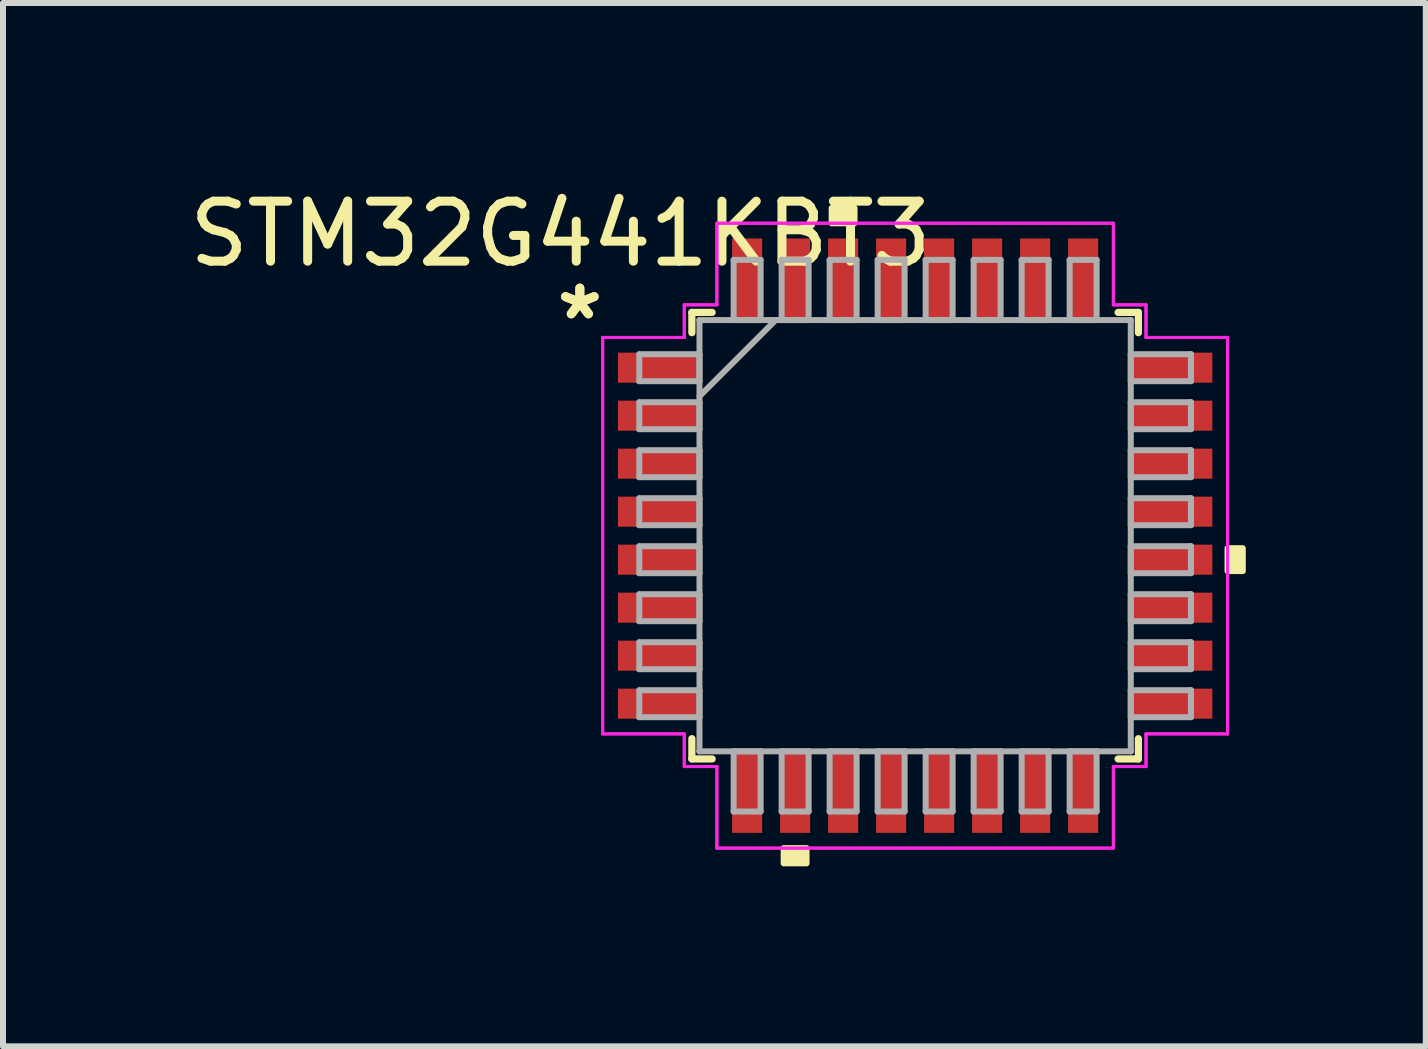
<source format=kicad_pcb>
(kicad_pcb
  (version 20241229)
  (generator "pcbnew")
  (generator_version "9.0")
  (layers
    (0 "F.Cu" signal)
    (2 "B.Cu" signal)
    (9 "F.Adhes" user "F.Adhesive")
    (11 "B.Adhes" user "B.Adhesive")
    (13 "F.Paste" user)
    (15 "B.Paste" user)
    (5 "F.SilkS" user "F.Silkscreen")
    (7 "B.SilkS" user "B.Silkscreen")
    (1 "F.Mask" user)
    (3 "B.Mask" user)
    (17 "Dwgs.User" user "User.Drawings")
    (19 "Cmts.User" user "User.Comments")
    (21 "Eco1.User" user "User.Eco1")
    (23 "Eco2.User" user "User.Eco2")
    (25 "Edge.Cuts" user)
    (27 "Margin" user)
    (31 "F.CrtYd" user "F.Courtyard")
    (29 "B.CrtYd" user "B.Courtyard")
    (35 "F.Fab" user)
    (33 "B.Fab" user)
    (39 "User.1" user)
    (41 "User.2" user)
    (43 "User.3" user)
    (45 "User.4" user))
  (footprint "STM32G441KBT3"
    (layer "F.Cu")
    (at 12.202 5.878)
    (property "Reference" "STM32G441KBT3" (at -5.91 -5.03 0) (layer "F.SilkS") (effects (font (size 1 1) (thickness 0.15))))
    (attr through_hole)
    (fp_line (start -3.721 -3.721) (end -3.721 -3.383) (stroke (width 0.12) (type solid)) (layer "F.SilkS"))
    (fp_line (start -3.721 3.383) (end -3.721 3.721) (stroke (width 0.12) (type solid)) (layer "F.SilkS"))
    (fp_line (start -3.721 3.721) (end -3.383 3.721) (stroke (width 0.12) (type solid)) (layer "F.SilkS"))
    (fp_line (start -3.383 -3.721) (end -3.721 -3.721) (stroke (width 0.12) (type solid)) (layer "F.SilkS"))
    (fp_line (start 3.383 3.721) (end 3.721 3.721) (stroke (width 0.12) (type solid)) (layer "F.SilkS"))
    (fp_line (start 3.721 -3.721) (end 3.383 -3.721) (stroke (width 0.12) (type solid)) (layer "F.SilkS"))
    (fp_line (start 3.721 -3.383) (end 3.721 -3.721) (stroke (width 0.12) (type solid)) (layer "F.SilkS"))
    (fp_line (start 3.721 3.721) (end 3.721 3.383) (stroke (width 0.12) (type solid)) (layer "F.SilkS"))
    (fp_poly (pts (xy -2.191 5.207) (xy -2.191 5.461) (xy -1.81 5.461) (xy -1.81 5.207)) (stroke (width 0.1) (type solid)) (fill yes) (layer "F.SilkS"))
    (fp_poly (pts (xy -1.391 -5.207) (xy -1.391 -5.461) (xy -1.01 -5.461) (xy -1.01 -5.207)) (stroke (width 0.1) (type solid)) (fill yes) (layer "F.SilkS"))
    (fp_poly (pts (xy 5.461 0.209) (xy 5.461 0.59) (xy 5.207 0.59) (xy 5.207 0.209)) (stroke (width 0.1) (type solid)) (fill yes) (layer "F.SilkS"))
    (fp_line (start -5.207 -3.304) (end -3.848 -3.304) (stroke (width 0.05) (type solid)) (layer "F.CrtYd"))
    (fp_line (start -5.207 -3.304) (end -3.848 -3.304) (stroke (width 0.05) (type solid)) (layer "F.CrtYd"))
    (fp_line (start -5.207 3.304) (end -5.207 -3.304) (stroke (width 0.05) (type solid)) (layer "F.CrtYd"))
    (fp_line (start -5.207 3.304) (end -5.207 -3.304) (stroke (width 0.05) (type solid)) (layer "F.CrtYd"))
    (fp_line (start -3.848 -3.848) (end -3.304 -3.848) (stroke (width 0.05) (type solid)) (layer "F.CrtYd"))
    (fp_line (start -3.848 -3.848) (end -3.304 -3.848) (stroke (width 0.05) (type solid)) (layer "F.CrtYd"))
    (fp_line (start -3.848 -3.304) (end -3.848 -3.848) (stroke (width 0.05) (type solid)) (layer "F.CrtYd"))
    (fp_line (start -3.848 -3.304) (end -3.848 -3.848) (stroke (width 0.05) (type solid)) (layer "F.CrtYd"))
    (fp_line (start -3.848 3.304) (end -5.207 3.304) (stroke (width 0.05) (type solid)) (layer "F.CrtYd"))
    (fp_line (start -3.848 3.304) (end -5.207 3.304) (stroke (width 0.05) (type solid)) (layer "F.CrtYd"))
    (fp_line (start -3.848 3.848) (end -3.848 3.304) (stroke (width 0.05) (type solid)) (layer "F.CrtYd"))
    (fp_line (start -3.848 3.848) (end -3.848 3.304) (stroke (width 0.05) (type solid)) (layer "F.CrtYd"))
    (fp_line (start -3.848 3.848) (end -3.304 3.848) (stroke (width 0.05) (type solid)) (layer "F.CrtYd"))
    (fp_line (start -3.304 -5.207) (end 3.304 -5.207) (stroke (width 0.05) (type solid)) (layer "F.CrtYd"))
    (fp_line (start -3.304 -5.207) (end 3.304 -5.207) (stroke (width 0.05) (type solid)) (layer "F.CrtYd"))
    (fp_line (start -3.304 -3.848) (end -3.304 -5.207) (stroke (width 0.05) (type solid)) (layer "F.CrtYd"))
    (fp_line (start -3.304 -3.848) (end -3.304 -5.207) (stroke (width 0.05) (type solid)) (layer "F.CrtYd"))
    (fp_line (start -3.304 3.848) (end -3.848 3.848) (stroke (width 0.05) (type solid)) (layer "F.CrtYd"))
    (fp_line (start -3.304 3.848) (end -3.304 5.207) (stroke (width 0.05) (type solid)) (layer "F.CrtYd"))
    (fp_line (start -3.304 5.207) (end -3.304 3.848) (stroke (width 0.05) (type solid)) (layer "F.CrtYd"))
    (fp_line (start -3.304 5.207) (end 3.304 5.207) (stroke (width 0.05) (type solid)) (layer "F.CrtYd"))
    (fp_line (start 3.304 -5.207) (end 3.304 -3.848) (stroke (width 0.05) (type solid)) (layer "F.CrtYd"))
    (fp_line (start 3.304 -5.207) (end 3.304 -3.848) (stroke (width 0.05) (type solid)) (layer "F.CrtYd"))
    (fp_line (start 3.304 -3.848) (end 3.848 -3.848) (stroke (width 0.05) (type solid)) (layer "F.CrtYd"))
    (fp_line (start 3.304 -3.848) (end 3.848 -3.848) (stroke (width 0.05) (type solid)) (layer "F.CrtYd"))
    (fp_line (start 3.304 3.848) (end 3.304 5.207) (stroke (width 0.05) (type solid)) (layer "F.CrtYd"))
    (fp_line (start 3.304 3.848) (end 3.848 3.848) (stroke (width 0.05) (type solid)) (layer "F.CrtYd"))
    (fp_line (start 3.304 5.207) (end -3.304 5.207) (stroke (width 0.05) (type solid)) (layer "F.CrtYd"))
    (fp_line (start 3.304 5.207) (end 3.304 3.848) (stroke (width 0.05) (type solid)) (layer "F.CrtYd"))
    (fp_line (start 3.848 -3.848) (end 3.848 -3.304) (stroke (width 0.05) (type solid)) (layer "F.CrtYd"))
    (fp_line (start 3.848 -3.304) (end 3.848 -3.848) (stroke (width 0.05) (type solid)) (layer "F.CrtYd"))
    (fp_line (start 3.848 -3.304) (end 5.207 -3.304) (stroke (width 0.05) (type solid)) (layer "F.CrtYd"))
    (fp_line (start 3.848 3.304) (end 3.848 3.848) (stroke (width 0.05) (type solid)) (layer "F.CrtYd"))
    (fp_line (start 3.848 3.304) (end 5.207 3.304) (stroke (width 0.05) (type solid)) (layer "F.CrtYd"))
    (fp_line (start 3.848 3.848) (end 3.304 3.848) (stroke (width 0.05) (type solid)) (layer "F.CrtYd"))
    (fp_line (start 3.848 3.848) (end 3.848 3.304) (stroke (width 0.05) (type solid)) (layer "F.CrtYd"))
    (fp_line (start 5.207 -3.304) (end 3.848 -3.304) (stroke (width 0.05) (type solid)) (layer "F.CrtYd"))
    (fp_line (start 5.207 -3.304) (end 5.207 3.304) (stroke (width 0.05) (type solid)) (layer "F.CrtYd"))
    (fp_line (start 5.207 3.304) (end 3.848 3.304) (stroke (width 0.05) (type solid)) (layer "F.CrtYd"))
    (fp_line (start 5.207 3.304) (end 5.207 -3.304) (stroke (width 0.05) (type solid)) (layer "F.CrtYd"))
    (fp_line (start -4.597 -3.025) (end -4.597 -2.575) (stroke (width 0.1) (type solid)) (layer "F.Fab"))
    (fp_line (start -4.597 -2.575) (end -3.594 -2.575) (stroke (width 0.1) (type solid)) (layer "F.Fab"))
    (fp_line (start -4.597 -2.225) (end -4.597 -1.775) (stroke (width 0.1) (type solid)) (layer "F.Fab"))
    (fp_line (start -4.597 -1.775) (end -3.594 -1.775) (stroke (width 0.1) (type solid)) (layer "F.Fab"))
    (fp_line (start -4.597 -1.425) (end -4.597 -0.975) (stroke (width 0.1) (type solid)) (layer "F.Fab"))
    (fp_line (start -4.597 -0.975) (end -3.594 -0.975) (stroke (width 0.1) (type solid)) (layer "F.Fab"))
    (fp_line (start -4.597 -0.625) (end -4.597 -0.175) (stroke (width 0.1) (type solid)) (layer "F.Fab"))
    (fp_line (start -4.597 -0.175) (end -3.594 -0.175) (stroke (width 0.1) (type solid)) (layer "F.Fab"))
    (fp_line (start -4.597 0.175) (end -4.597 0.625) (stroke (width 0.1) (type solid)) (layer "F.Fab"))
    (fp_line (start -4.597 0.625) (end -3.594 0.625) (stroke (width 0.1) (type solid)) (layer "F.Fab"))
    (fp_line (start -4.597 0.975) (end -4.597 1.425) (stroke (width 0.1) (type solid)) (layer "F.Fab"))
    (fp_line (start -4.597 1.425) (end -3.594 1.425) (stroke (width 0.1) (type solid)) (layer "F.Fab"))
    (fp_line (start -4.597 1.775) (end -4.597 2.225) (stroke (width 0.1) (type solid)) (layer "F.Fab"))
    (fp_line (start -4.597 2.225) (end -3.594 2.225) (stroke (width 0.1) (type solid)) (layer "F.Fab"))
    (fp_line (start -4.597 2.575) (end -4.597 3.025) (stroke (width 0.1) (type solid)) (layer "F.Fab"))
    (fp_line (start -4.597 3.025) (end -3.594 3.025) (stroke (width 0.1) (type solid)) (layer "F.Fab"))
    (fp_line (start -3.594 -3.594) (end -3.594 -3.594) (stroke (width 0.1) (type solid)) (layer "F.Fab"))
    (fp_line (start -3.594 -3.594) (end -3.594 3.594) (stroke (width 0.1) (type solid)) (layer "F.Fab"))
    (fp_line (start -3.594 -3.025) (end -4.597 -3.025) (stroke (width 0.1) (type solid)) (layer "F.Fab"))
    (fp_line (start -3.594 -2.575) (end -3.594 -3.025) (stroke (width 0.1) (type solid)) (layer "F.Fab"))
    (fp_line (start -3.594 -2.324) (end -2.324 -3.594) (stroke (width 0.1) (type solid)) (layer "F.Fab"))
    (fp_line (start -3.594 -2.225) (end -4.597 -2.225) (stroke (width 0.1) (type solid)) (layer "F.Fab"))
    (fp_line (start -3.594 -1.775) (end -3.594 -2.225) (stroke (width 0.1) (type solid)) (layer "F.Fab"))
    (fp_line (start -3.594 -1.425) (end -4.597 -1.425) (stroke (width 0.1) (type solid)) (layer "F.Fab"))
    (fp_line (start -3.594 -0.975) (end -3.594 -1.425) (stroke (width 0.1) (type solid)) (layer "F.Fab"))
    (fp_line (start -3.594 -0.625) (end -4.597 -0.625) (stroke (width 0.1) (type solid)) (layer "F.Fab"))
    (fp_line (start -3.594 -0.175) (end -3.594 -0.625) (stroke (width 0.1) (type solid)) (layer "F.Fab"))
    (fp_line (start -3.594 0.175) (end -4.597 0.175) (stroke (width 0.1) (type solid)) (layer "F.Fab"))
    (fp_line (start -3.594 0.625) (end -3.594 0.175) (stroke (width 0.1) (type solid)) (layer "F.Fab"))
    (fp_line (start -3.594 0.975) (end -4.597 0.975) (stroke (width 0.1) (type solid)) (layer "F.Fab"))
    (fp_line (start -3.594 1.425) (end -3.594 0.975) (stroke (width 0.1) (type solid)) (layer "F.Fab"))
    (fp_line (start -3.594 1.775) (end -4.597 1.775) (stroke (width 0.1) (type solid)) (layer "F.Fab"))
    (fp_line (start -3.594 2.225) (end -3.594 1.775) (stroke (width 0.1) (type solid)) (layer "F.Fab"))
    (fp_line (start -3.594 2.575) (end -4.597 2.575) (stroke (width 0.1) (type solid)) (layer "F.Fab"))
    (fp_line (start -3.594 3.025) (end -3.594 2.575) (stroke (width 0.1) (type solid)) (layer "F.Fab"))
    (fp_line (start -3.594 3.594) (end -3.594 3.594) (stroke (width 0.1) (type solid)) (layer "F.Fab"))
    (fp_line (start -3.594 3.594) (end 3.594 3.594) (stroke (width 0.1) (type solid)) (layer "F.Fab"))
    (fp_line (start -3.025 -4.597) (end -3.025 -3.594) (stroke (width 0.1) (type solid)) (layer "F.Fab"))
    (fp_line (start -3.025 -3.594) (end -2.575 -3.594) (stroke (width 0.1) (type solid)) (layer "F.Fab"))
    (fp_line (start -3.025 3.594) (end -3.025 4.597) (stroke (width 0.1) (type solid)) (layer "F.Fab"))
    (fp_line (start -3.025 4.597) (end -2.575 4.597) (stroke (width 0.1) (type solid)) (layer "F.Fab"))
    (fp_line (start -2.575 3.594) (end -3.025 3.594) (stroke (width 0.1) (type solid)) (layer "F.Fab"))
    (fp_line (start -2.575 4.597) (end -2.575 3.594) (stroke (width 0.1) (type solid)) (layer "F.Fab"))
    (fp_line (start -2.575 -4.597) (end -3.025 -4.597) (stroke (width 0.1) (type solid)) (layer "F.Fab"))
    (fp_line (start -2.575 -3.594) (end -2.575 -4.597) (stroke (width 0.1) (type solid)) (layer "F.Fab"))
    (fp_line (start -2.225 -4.597) (end -2.225 -3.594) (stroke (width 0.1) (type solid)) (layer "F.Fab"))
    (fp_line (start -2.225 -3.594) (end -1.775 -3.594) (stroke (width 0.1) (type solid)) (layer "F.Fab"))
    (fp_line (start -2.225 3.594) (end -2.225 4.597) (stroke (width 0.1) (type solid)) (layer "F.Fab"))
    (fp_line (start -2.225 4.597) (end -1.775 4.597) (stroke (width 0.1) (type solid)) (layer "F.Fab"))
    (fp_line (start -1.775 -4.597) (end -2.225 -4.597) (stroke (width 0.1) (type solid)) (layer "F.Fab"))
    (fp_line (start -1.775 -3.594) (end -1.775 -4.597) (stroke (width 0.1) (type solid)) (layer "F.Fab"))
    (fp_line (start -1.775 3.594) (end -2.225 3.594) (stroke (width 0.1) (type solid)) (layer "F.Fab"))
    (fp_line (start -1.775 4.597) (end -1.775 3.594) (stroke (width 0.1) (type solid)) (layer "F.Fab"))
    (fp_line (start -1.425 -4.597) (end -1.425 -3.594) (stroke (width 0.1) (type solid)) (layer "F.Fab"))
    (fp_line (start -1.425 -3.594) (end -0.975 -3.594) (stroke (width 0.1) (type solid)) (layer "F.Fab"))
    (fp_line (start -1.425 3.594) (end -1.425 4.597) (stroke (width 0.1) (type solid)) (layer "F.Fab"))
    (fp_line (start -1.425 4.597) (end -0.975 4.597) (stroke (width 0.1) (type solid)) (layer "F.Fab"))
    (fp_line (start -0.975 -4.597) (end -1.425 -4.597) (stroke (width 0.1) (type solid)) (layer "F.Fab"))
    (fp_line (start -0.975 -3.594) (end -0.975 -4.597) (stroke (width 0.1) (type solid)) (layer "F.Fab"))
    (fp_line (start -0.975 3.594) (end -1.425 3.594) (stroke (width 0.1) (type solid)) (layer "F.Fab"))
    (fp_line (start -0.975 4.597) (end -0.975 3.594) (stroke (width 0.1) (type solid)) (layer "F.Fab"))
    (fp_line (start -0.625 -4.597) (end -0.625 -3.594) (stroke (width 0.1) (type solid)) (layer "F.Fab"))
    (fp_line (start -0.625 -3.594) (end -0.175 -3.594) (stroke (width 0.1) (type solid)) (layer "F.Fab"))
    (fp_line (start -0.625 3.594) (end -0.625 4.597) (stroke (width 0.1) (type solid)) (layer "F.Fab"))
    (fp_line (start -0.625 4.597) (end -0.175 4.597) (stroke (width 0.1) (type solid)) (layer "F.Fab"))
    (fp_line (start -0.175 -4.597) (end -0.625 -4.597) (stroke (width 0.1) (type solid)) (layer "F.Fab"))
    (fp_line (start -0.175 -3.594) (end -0.175 -4.597) (stroke (width 0.1) (type solid)) (layer "F.Fab"))
    (fp_line (start -0.175 3.594) (end -0.625 3.594) (stroke (width 0.1) (type solid)) (layer "F.Fab"))
    (fp_line (start -0.175 4.597) (end -0.175 3.594) (stroke (width 0.1) (type solid)) (layer "F.Fab"))
    (fp_line (start 0.175 -4.597) (end 0.175 -3.594) (stroke (width 0.1) (type solid)) (layer "F.Fab"))
    (fp_line (start 0.175 -3.594) (end 0.625 -3.594) (stroke (width 0.1) (type solid)) (layer "F.Fab"))
    (fp_line (start 0.175 3.594) (end 0.175 4.597) (stroke (width 0.1) (type solid)) (layer "F.Fab"))
    (fp_line (start 0.175 4.597) (end 0.625 4.597) (stroke (width 0.1) (type solid)) (layer "F.Fab"))
    (fp_line (start 0.625 -4.597) (end 0.175 -4.597) (stroke (width 0.1) (type solid)) (layer "F.Fab"))
    (fp_line (start 0.625 -3.594) (end 0.625 -4.597) (stroke (width 0.1) (type solid)) (layer "F.Fab"))
    (fp_line (start 0.625 3.594) (end 0.175 3.594) (stroke (width 0.1) (type solid)) (layer "F.Fab"))
    (fp_line (start 0.625 4.597) (end 0.625 3.594) (stroke (width 0.1) (type solid)) (layer "F.Fab"))
    (fp_line (start 0.975 -4.597) (end 0.975 -3.594) (stroke (width 0.1) (type solid)) (layer "F.Fab"))
    (fp_line (start 0.975 -3.594) (end 1.425 -3.594) (stroke (width 0.1) (type solid)) (layer "F.Fab"))
    (fp_line (start 0.975 3.594) (end 0.975 4.597) (stroke (width 0.1) (type solid)) (layer "F.Fab"))
    (fp_line (start 0.975 4.597) (end 1.425 4.597) (stroke (width 0.1) (type solid)) (layer "F.Fab"))
    (fp_line (start 1.425 -4.597) (end 0.975 -4.597) (stroke (width 0.1) (type solid)) (layer "F.Fab"))
    (fp_line (start 1.425 -3.594) (end 1.425 -4.597) (stroke (width 0.1) (type solid)) (layer "F.Fab"))
    (fp_line (start 1.425 3.594) (end 0.975 3.594) (stroke (width 0.1) (type solid)) (layer "F.Fab"))
    (fp_line (start 1.425 4.597) (end 1.425 3.594) (stroke (width 0.1) (type solid)) (layer "F.Fab"))
    (fp_line (start 1.775 -4.597) (end 1.775 -3.594) (stroke (width 0.1) (type solid)) (layer "F.Fab"))
    (fp_line (start 1.775 -3.594) (end 2.225 -3.594) (stroke (width 0.1) (type solid)) (layer "F.Fab"))
    (fp_line (start 1.775 3.594) (end 1.775 4.597) (stroke (width 0.1) (type solid)) (layer "F.Fab"))
    (fp_line (start 1.775 4.597) (end 2.225 4.597) (stroke (width 0.1) (type solid)) (layer "F.Fab"))
    (fp_line (start 2.225 -4.597) (end 1.775 -4.597) (stroke (width 0.1) (type solid)) (layer "F.Fab"))
    (fp_line (start 2.225 -3.594) (end 2.225 -4.597) (stroke (width 0.1) (type solid)) (layer "F.Fab"))
    (fp_line (start 2.225 3.594) (end 1.775 3.594) (stroke (width 0.1) (type solid)) (layer "F.Fab"))
    (fp_line (start 2.225 4.597) (end 2.225 3.594) (stroke (width 0.1) (type solid)) (layer "F.Fab"))
    (fp_line (start 2.575 3.594) (end 2.575 4.597) (stroke (width 0.1) (type solid)) (layer "F.Fab"))
    (fp_line (start 2.575 4.597) (end 3.025 4.597) (stroke (width 0.1) (type solid)) (layer "F.Fab"))
    (fp_line (start 2.575 -4.597) (end 2.575 -3.594) (stroke (width 0.1) (type solid)) (layer "F.Fab"))
    (fp_line (start 2.575 -3.594) (end 3.025 -3.594) (stroke (width 0.1) (type solid)) (layer "F.Fab"))
    (fp_line (start 3.025 -4.597) (end 2.575 -4.597) (stroke (width 0.1) (type solid)) (layer "F.Fab"))
    (fp_line (start 3.025 -3.594) (end 3.025 -4.597) (stroke (width 0.1) (type solid)) (layer "F.Fab"))
    (fp_line (start 3.025 3.594) (end 2.575 3.594) (stroke (width 0.1) (type solid)) (layer "F.Fab"))
    (fp_line (start 3.025 4.597) (end 3.025 3.594) (stroke (width 0.1) (type solid)) (layer "F.Fab"))
    (fp_line (start 3.594 -3.594) (end -3.594 -3.594) (stroke (width 0.1) (type solid)) (layer "F.Fab"))
    (fp_line (start 3.594 -3.594) (end 3.594 -3.594) (stroke (width 0.1) (type solid)) (layer "F.Fab"))
    (fp_line (start 3.594 -3.025) (end 3.594 -2.575) (stroke (width 0.1) (type solid)) (layer "F.Fab"))
    (fp_line (start 3.594 -2.575) (end 4.597 -2.575) (stroke (width 0.1) (type solid)) (layer "F.Fab"))
    (fp_line (start 3.594 -2.225) (end 3.594 -1.775) (stroke (width 0.1) (type solid)) (layer "F.Fab"))
    (fp_line (start 3.594 -1.775) (end 4.597 -1.775) (stroke (width 0.1) (type solid)) (layer "F.Fab"))
    (fp_line (start 3.594 -1.425) (end 3.594 -0.975) (stroke (width 0.1) (type solid)) (layer "F.Fab"))
    (fp_line (start 3.594 -0.975) (end 4.597 -0.975) (stroke (width 0.1) (type solid)) (layer "F.Fab"))
    (fp_line (start 3.594 -0.625) (end 3.594 -0.175) (stroke (width 0.1) (type solid)) (layer "F.Fab"))
    (fp_line (start 3.594 -0.175) (end 4.597 -0.175) (stroke (width 0.1) (type solid)) (layer "F.Fab"))
    (fp_line (start 3.594 0.175) (end 3.594 0.625) (stroke (width 0.1) (type solid)) (layer "F.Fab"))
    (fp_line (start 3.594 0.625) (end 4.597 0.625) (stroke (width 0.1) (type solid)) (layer "F.Fab"))
    (fp_line (start 3.594 0.975) (end 3.594 1.425) (stroke (width 0.1) (type solid)) (layer "F.Fab"))
    (fp_line (start 3.594 1.425) (end 4.597 1.425) (stroke (width 0.1) (type solid)) (layer "F.Fab"))
    (fp_line (start 3.594 1.775) (end 3.594 2.225) (stroke (width 0.1) (type solid)) (layer "F.Fab"))
    (fp_line (start 3.594 2.225) (end 4.597 2.225) (stroke (width 0.1) (type solid)) (layer "F.Fab"))
    (fp_line (start 3.594 2.575) (end 3.594 3.025) (stroke (width 0.1) (type solid)) (layer "F.Fab"))
    (fp_line (start 3.594 3.025) (end 4.597 3.025) (stroke (width 0.1) (type solid)) (layer "F.Fab"))
    (fp_line (start 3.594 3.594) (end 3.594 -3.594) (stroke (width 0.1) (type solid)) (layer "F.Fab"))
    (fp_line (start 3.594 3.594) (end 3.594 3.594) (stroke (width 0.1) (type solid)) (layer "F.Fab"))
    (fp_line (start 4.597 -3.025) (end 3.594 -3.025) (stroke (width 0.1) (type solid)) (layer "F.Fab"))
    (fp_line (start 4.597 -2.575) (end 4.597 -3.025) (stroke (width 0.1) (type solid)) (layer "F.Fab"))
    (fp_line (start 4.597 -2.225) (end 3.594 -2.225) (stroke (width 0.1) (type solid)) (layer "F.Fab"))
    (fp_line (start 4.597 -1.775) (end 4.597 -2.225) (stroke (width 0.1) (type solid)) (layer "F.Fab"))
    (fp_line (start 4.597 -1.425) (end 3.594 -1.425) (stroke (width 0.1) (type solid)) (layer "F.Fab"))
    (fp_line (start 4.597 -0.975) (end 4.597 -1.425) (stroke (width 0.1) (type solid)) (layer "F.Fab"))
    (fp_line (start 4.597 -0.625) (end 3.594 -0.625) (stroke (width 0.1) (type solid)) (layer "F.Fab"))
    (fp_line (start 4.597 -0.175) (end 4.597 -0.625) (stroke (width 0.1) (type solid)) (layer "F.Fab"))
    (fp_line (start 4.597 0.175) (end 3.594 0.175) (stroke (width 0.1) (type solid)) (layer "F.Fab"))
    (fp_line (start 4.597 0.625) (end 4.597 0.175) (stroke (width 0.1) (type solid)) (layer "F.Fab"))
    (fp_line (start 4.597 0.975) (end 3.594 0.975) (stroke (width 0.1) (type solid)) (layer "F.Fab"))
    (fp_line (start 4.597 1.425) (end 4.597 0.975) (stroke (width 0.1) (type solid)) (layer "F.Fab"))
    (fp_line (start 4.597 1.775) (end 3.594 1.775) (stroke (width 0.1) (type solid)) (layer "F.Fab"))
    (fp_line (start 4.597 2.225) (end 4.597 1.775) (stroke (width 0.1) (type solid)) (layer "F.Fab"))
    (fp_line (start 4.597 2.575) (end 3.594 2.575) (stroke (width 0.1) (type solid)) (layer "F.Fab"))
    (fp_line (start 4.597 3.025) (end 4.597 2.575) (stroke (width 0.1) (type solid)) (layer "F.Fab"))
    (fp_text user "*" (at -5.588 -3.581 0) (layer "F.SilkS") (effects (font (size 1 1) (thickness 0.15))))
    (fp_text user "*" (at -5.588 -3.581 0) (layer "F.SilkS") (effects (font (size 1 1) (thickness 0.15))))
    (pad "1" smd rect (at -4.274 -2.8 90) (size 0.501 1.359) (layers "F.Cu" "F.Mask" "F.Paste"))
    (pad "2" smd rect (at -4.274 -2 90) (size 0.501 1.359) (layers "F.Cu" "F.Mask" "F.Paste"))
    (pad "3" smd rect (at -4.274 -1.2 90) (size 0.501 1.359) (layers "F.Cu" "F.Mask" "F.Paste"))
    (pad "4" smd rect (at -4.274 -0.4 90) (size 0.501 1.359) (layers "F.Cu" "F.Mask" "F.Paste"))
    (pad "5" smd rect (at -4.274 0.4 90) (size 0.501 1.359) (layers "F.Cu" "F.Mask" "F.Paste"))
    (pad "6" smd rect (at -4.274 1.2 90) (size 0.501 1.359) (layers "F.Cu" "F.Mask" "F.Paste"))
    (pad "7" smd rect (at -4.274 2 90) (size 0.501 1.359) (layers "F.Cu" "F.Mask" "F.Paste"))
    (pad "8" smd rect (at -4.274 2.8 90) (size 0.501 1.359) (layers "F.Cu" "F.Mask" "F.Paste"))
    (pad "9" smd rect (at -2.8 4.274) (size 0.501 1.359) (layers "F.Cu" "F.Mask" "F.Paste"))
    (pad "10" smd rect (at -2 4.274) (size 0.501 1.359) (layers "F.Cu" "F.Mask" "F.Paste"))
    (pad "11" smd rect (at -1.2 4.274) (size 0.501 1.359) (layers "F.Cu" "F.Mask" "F.Paste"))
    (pad "12" smd rect (at -0.4 4.274) (size 0.501 1.359) (layers "F.Cu" "F.Mask" "F.Paste"))
    (pad "13" smd rect (at 0.4 4.274) (size 0.501 1.359) (layers "F.Cu" "F.Mask" "F.Paste"))
    (pad "14" smd rect (at 1.2 4.274) (size 0.501 1.359) (layers "F.Cu" "F.Mask" "F.Paste"))
    (pad "15" smd rect (at 2 4.274) (size 0.501 1.359) (layers "F.Cu" "F.Mask" "F.Paste"))
    (pad "16" smd rect (at 2.8 4.274) (size 0.501 1.359) (layers "F.Cu" "F.Mask" "F.Paste"))
    (pad "17" smd rect (at 4.274 2.8 90) (size 0.501 1.359) (layers "F.Cu" "F.Mask" "F.Paste"))
    (pad "18" smd rect (at 4.274 2 90) (size 0.501 1.359) (layers "F.Cu" "F.Mask" "F.Paste"))
    (pad "19" smd rect (at 4.274 1.2 90) (size 0.501 1.359) (layers "F.Cu" "F.Mask" "F.Paste"))
    (pad "20" smd rect (at 4.274 0.4 90) (size 0.501 1.359) (layers "F.Cu" "F.Mask" "F.Paste"))
    (pad "21" smd rect (at 4.274 -0.4 90) (size 0.501 1.359) (layers "F.Cu" "F.Mask" "F.Paste"))
    (pad "22" smd rect (at 4.274 -1.2 90) (size 0.501 1.359) (layers "F.Cu" "F.Mask" "F.Paste"))
    (pad "23" smd rect (at 4.274 -2 90) (size 0.501 1.359) (layers "F.Cu" "F.Mask" "F.Paste"))
    (pad "24" smd rect (at 4.274 -2.8 90) (size 0.501 1.359) (layers "F.Cu" "F.Mask" "F.Paste"))
    (pad "25" smd rect (at 2.8 -4.274) (size 0.501 1.359) (layers "F.Cu" "F.Mask" "F.Paste"))
    (pad "26" smd rect (at 2 -4.274) (size 0.501 1.359) (layers "F.Cu" "F.Mask" "F.Paste"))
    (pad "27" smd rect (at 1.2 -4.274) (size 0.501 1.359) (layers "F.Cu" "F.Mask" "F.Paste"))
    (pad "28" smd rect (at 0.4 -4.274) (size 0.501 1.359) (layers "F.Cu" "F.Mask" "F.Paste"))
    (pad "29" smd rect (at -0.4 -4.274) (size 0.501 1.359) (layers "F.Cu" "F.Mask" "F.Paste"))
    (pad "30" smd rect (at -1.2 -4.274) (size 0.501 1.359) (layers "F.Cu" "F.Mask" "F.Paste"))
    (pad "31" smd rect (at -2 -4.274) (size 0.501 1.359) (layers "F.Cu" "F.Mask" "F.Paste"))
    (pad "32" smd rect (at -2.8 -4.274) (size 0.501 1.359) (layers "F.Cu" "F.Mask" "F.Paste")))
  (gr_rect
    (start -3 -3)
    (end 20.713 14.389)
    (stroke (width 0.1) (type default))
    (fill no)
    (layer "Edge.Cuts")))
</source>
